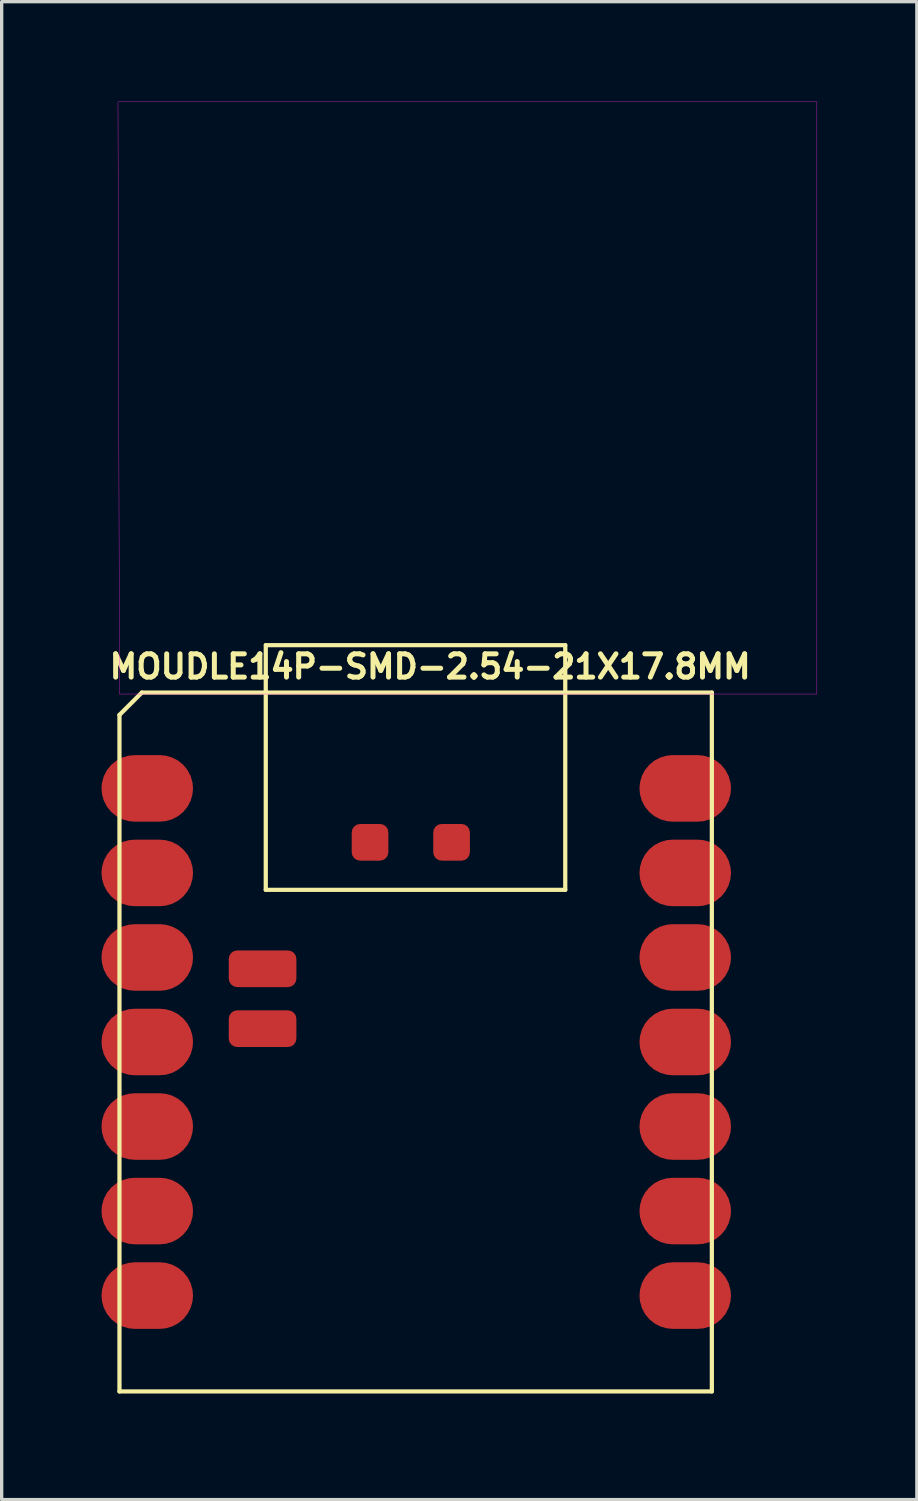
<source format=kicad_pcb>
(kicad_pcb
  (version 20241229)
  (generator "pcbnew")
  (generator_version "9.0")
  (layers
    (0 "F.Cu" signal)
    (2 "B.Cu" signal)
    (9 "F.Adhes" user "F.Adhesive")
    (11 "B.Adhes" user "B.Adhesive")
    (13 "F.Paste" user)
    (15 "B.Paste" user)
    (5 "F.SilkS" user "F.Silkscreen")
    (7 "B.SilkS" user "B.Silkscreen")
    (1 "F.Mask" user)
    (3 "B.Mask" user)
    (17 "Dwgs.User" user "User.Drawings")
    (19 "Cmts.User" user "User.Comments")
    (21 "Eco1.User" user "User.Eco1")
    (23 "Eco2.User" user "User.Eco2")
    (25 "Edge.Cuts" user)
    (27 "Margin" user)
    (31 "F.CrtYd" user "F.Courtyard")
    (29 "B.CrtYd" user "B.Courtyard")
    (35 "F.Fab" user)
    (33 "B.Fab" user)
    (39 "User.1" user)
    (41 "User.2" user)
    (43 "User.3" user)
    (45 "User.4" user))
  (footprint "MOUDLE14P-SMD-2.54-21X17.8MM"
    (layer "F.Cu")
    (at 0.54 38.76)
    (property "Reference" "MOUDLE14P-SMD-2.54-21X17.8MM" (at 9.335 -21.78 0) (layer "F.SilkS") (effects (font (size 0.7 0.7) (thickness 0.15))))
    (attr through_hole)
    (fp_line (start 0 -20.328) (end 0 0) (stroke (width 0.127) (type solid)) (layer "F.SilkS"))
    (fp_line (start 0 0) (end 17.8 0) (stroke (width 0.127) (type solid)) (layer "F.SilkS"))
    (fp_line (start 0.672 -21) (end 0 -20.328) (stroke (width 0.127) (type solid)) (layer "F.SilkS"))
    (fp_line (start 4.396 -15.072) (end 4.396 -22.425) (stroke (width 0.127) (type solid)) (layer "F.SilkS"))
    (fp_line (start 4.4 -22.424) (end 13.395 -22.424) (stroke (width 0.127) (type solid)) (layer "F.SilkS"))
    (fp_line (start 13.395 -22.424) (end 13.395 -15.072) (stroke (width 0.127) (type solid)) (layer "F.SilkS"))
    (fp_line (start 13.395 -15.072) (end 4.396 -15.072) (stroke (width 0.127) (type solid)) (layer "F.SilkS"))
    (fp_line (start 17.8 -21) (end 0.672 -21) (stroke (width 0.127) (type solid)) (layer "F.SilkS"))
    (fp_line (start 17.8 0) (end 17.8 -21) (stroke (width 0.127) (type solid)) (layer "F.SilkS"))
    (fp_poly (pts (xy 0 -20.955) (xy -0.045 -38.755) (xy 20.955 -38.755) (xy 20.955 -20.955)) (stroke (width 0.01) (type solid)) (fill no) (layer "F.CrtYd"))
    (pad "1" smd roundrect (at 0.835 -18.12) (size 2.75 2) (layers "F.Cu" "F.Mask" "F.Paste") (roundrect_rratio 0.5))
    (pad "2" smd roundrect (at 0.835 -15.58) (size 2.75 2) (layers "F.Cu" "F.Mask" "F.Paste") (roundrect_rratio 0.5))
    (pad "3" smd roundrect (at 0.835 -13.04) (size 2.75 2) (layers "F.Cu" "F.Mask" "F.Paste") (roundrect_rratio 0.5))
    (pad "4" smd roundrect (at 0.835 -10.5) (size 2.75 2) (layers "F.Cu" "F.Mask" "F.Paste") (roundrect_rratio 0.5))
    (pad "5" smd roundrect (at 0.835 -7.96) (size 2.75 2) (layers "F.Cu" "F.Mask" "F.Paste") (roundrect_rratio 0.5))
    (pad "6" smd roundrect (at 0.835 -5.42) (size 2.75 2) (layers "F.Cu" "F.Mask" "F.Paste") (roundrect_rratio 0.5))
    (pad "7" smd roundrect (at 0.835 -2.88) (size 2.75 2) (layers "F.Cu" "F.Mask" "F.Paste") (roundrect_rratio 0.5))
    (pad "8" smd roundrect (at 17 -2.88) (size 2.75 2) (layers "F.Cu" "F.Mask" "F.Paste") (roundrect_rratio 0.5))
    (pad "9" smd roundrect (at 17 -5.42) (size 2.75 2) (layers "F.Cu" "F.Mask" "F.Paste") (roundrect_rratio 0.5))
    (pad "10" smd roundrect (at 17 -7.96) (size 2.75 2) (layers "F.Cu" "F.Mask" "F.Paste") (roundrect_rratio 0.5))
    (pad "11" smd roundrect (at 17 -10.5) (size 2.75 2) (layers "F.Cu" "F.Mask" "F.Paste") (roundrect_rratio 0.5))
    (pad "12" smd roundrect (at 17 -13.04) (size 2.75 2) (layers "F.Cu" "F.Mask" "F.Paste") (roundrect_rratio 0.5))
    (pad "13" smd roundrect (at 17 -15.58) (size 2.75 2) (layers "F.Cu" "F.Mask" "F.Paste") (roundrect_rratio 0.5))
    (pad "14" smd roundrect (at 17 -18.12) (size 2.75 2) (layers "F.Cu" "F.Mask" "F.Paste") (roundrect_rratio 0.5))
    (pad "15" smd roundrect (at 4.3 -10.9) (size 2.032 1.102) (layers "F.Cu" "F.Mask" "F.Paste") (roundrect_rratio 0.231))
    (pad "16" smd roundrect (at 4.3 -12.7) (size 2.032 1.102) (layers "F.Cu" "F.Mask" "F.Paste") (roundrect_rratio 0.231))
    (pad "17" smd roundrect (at 9.979 -16.5) (size 1.102 1.102) (layers "F.Cu" "F.Mask" "F.Paste") (roundrect_rratio 0.231))
    (pad "18" smd roundrect (at 7.529 -16.5) (size 1.102 1.102) (layers "F.Cu" "F.Mask" "F.Paste") (roundrect_rratio 0.231))
    (zone (net_name "") (layer "F.Cu") (hatch full 0.508) (connect_pads) (min_thickness 0.01) (filled_areas_thickness no) (keepout (tracks not_allowed) (vias not_allowed) (pads not_allowed) (copperpour not_allowed) (footprints allowed)) (placement (enabled no)) (fill) (polygon (pts (xy 4.223 17.678) (xy 6.001 17.678) (xy 6.001 20.345) (xy 4.223 20.345))))
    (zone (net_name "") (layer "F.Cu") (hatch full 0.508) (connect_pads) (min_thickness 0.01) (filled_areas_thickness no) (keepout (tracks not_allowed) (vias not_allowed) (pads not_allowed) (copperpour not_allowed) (footprints allowed)) (placement (enabled no)) (fill) (polygon (pts (xy 4.223 21.742) (xy 6.001 21.742) (xy 6.001 24.409) (xy 4.223 24.409))))
    (zone (net_name "") (layer "F.Cu") (hatch full 0.508) (connect_pads) (min_thickness 0.01) (filled_areas_thickness no) (keepout (tracks not_allowed) (vias not_allowed) (pads not_allowed) (copperpour not_allowed) (footprints allowed)) (placement (enabled no)) (fill) (polygon (pts (xy 6.89 18.44) (xy 12.097 18.44) (xy 12.097 21.022) (xy 6.89 21.022))))
    (zone (net_name "") (layer "F.Cu") (hatch full 0.508) (connect_pads) (min_thickness 0.01) (filled_areas_thickness no) (keepout (tracks not_allowed) (vias not_allowed) (pads not_allowed) (copperpour not_allowed) (footprints allowed)) (placement (enabled no)) (fill) (polygon (pts (xy 6.89 23.558) (xy 12.097 23.558) (xy 12.097 25.725) (xy 6.89 25.725))))
    (zone (net_name "") (layer "F.Cu") (hatch full 0.508) (connect_pads) (min_thickness 0.01) (filled_areas_thickness no) (keepout (tracks not_allowed) (vias not_allowed) (pads not_allowed) (copperpour not_allowed) (footprints allowed)) (placement (enabled no)) (fill) (polygon (pts (xy 6.89 35.585) (xy 12.605 35.585) (xy 12.605 38.125) (xy 6.89 38.125))))
    (zone (net_name "") (layer "F.Cu") (hatch full 0.508) (connect_pads) (min_thickness 0.01) (filled_areas_thickness no) (keepout (tracks not_allowed) (vias not_allowed) (pads not_allowed) (copperpour not_allowed) (footprints allowed)) (placement (enabled no)) (fill) (polygon (pts (xy 10.319 27.457) (xy 13.367 27.457) (xy 13.367 30.505) (xy 10.319 30.505))))
    (zone (net_name "") (layer "F.Cu") (hatch full 0.508) (connect_pads) (min_thickness 0.01) (filled_areas_thickness no) (keepout (tracks not_allowed) (vias not_allowed) (pads not_allowed) (copperpour not_allowed) (footprints allowed)) (placement (enabled no)) (fill) (polygon (pts (xy 12.859 17.678) (xy 14.637 17.678) (xy 14.637 20.345) (xy 12.859 20.345))))
    (zone (net_name "") (layer "F.Cu") (hatch full 0.508) (connect_pads) (min_thickness 0.01) (filled_areas_thickness no) (keepout (tracks not_allowed) (vias not_allowed) (pads not_allowed) (copperpour not_allowed) (footprints allowed)) (placement (enabled no)) (fill) (polygon (pts (xy 12.859 21.742) (xy 14.637 21.742) (xy 14.637 24.409) (xy 12.859 24.409)))))
  (gr_rect
    (start -3 -3)
    (end 24.5 42.01)
    (stroke (width 0.1) (type default))
    (fill no)
    (layer "Edge.Cuts")))
</source>
